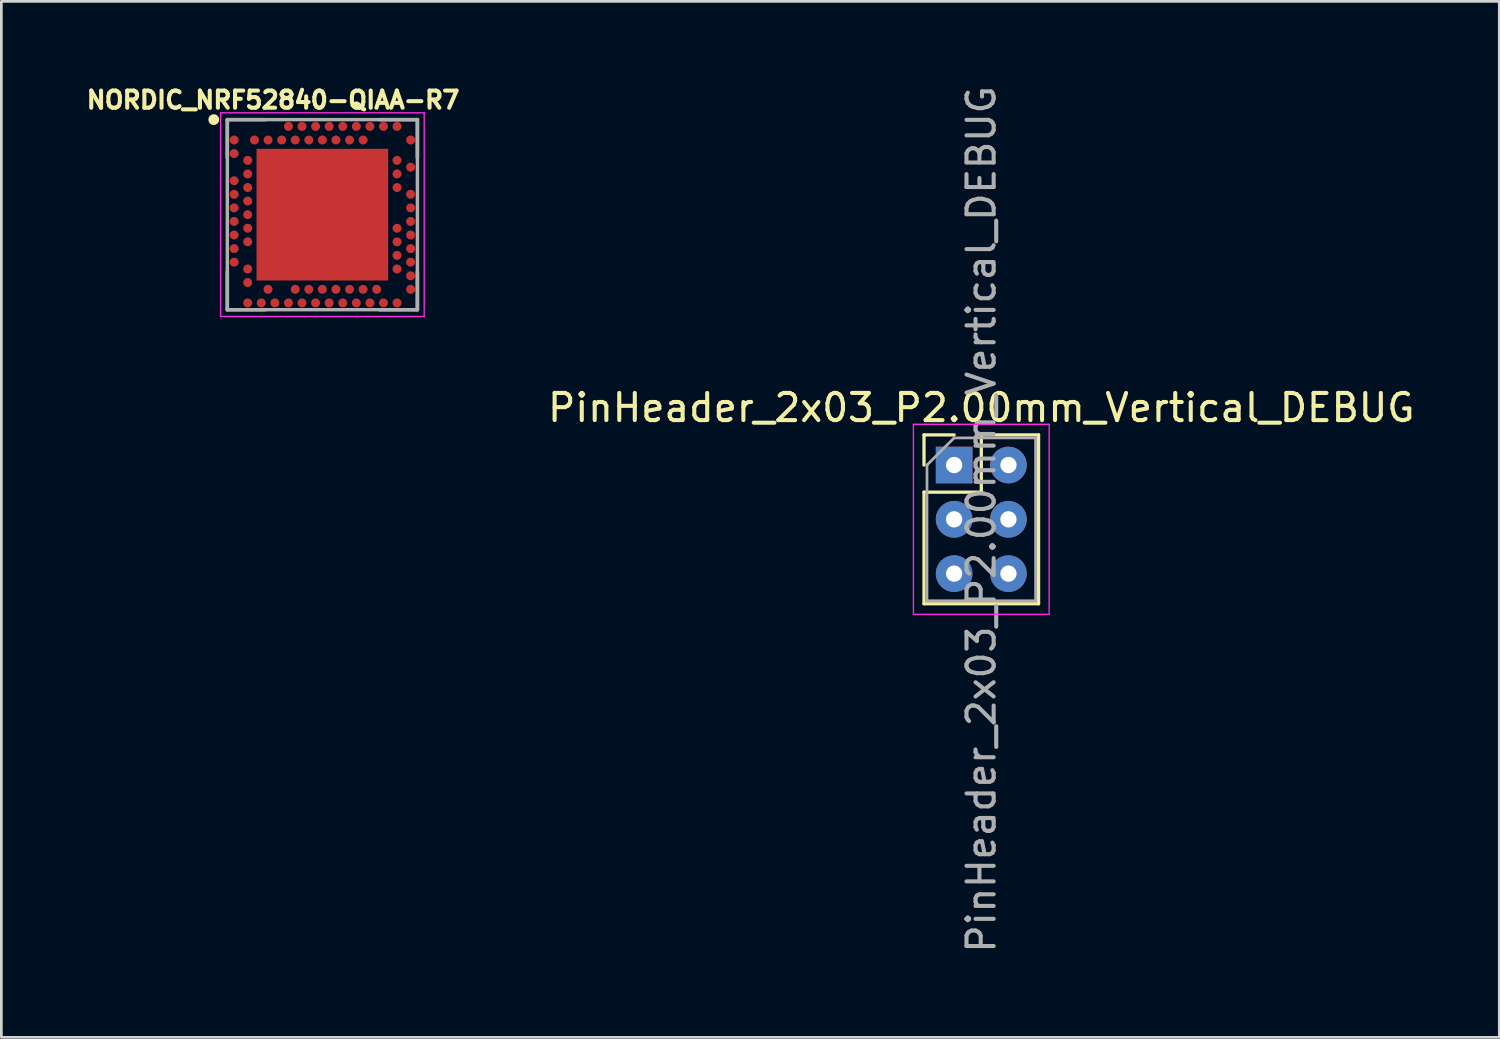
<source format=kicad_pcb>
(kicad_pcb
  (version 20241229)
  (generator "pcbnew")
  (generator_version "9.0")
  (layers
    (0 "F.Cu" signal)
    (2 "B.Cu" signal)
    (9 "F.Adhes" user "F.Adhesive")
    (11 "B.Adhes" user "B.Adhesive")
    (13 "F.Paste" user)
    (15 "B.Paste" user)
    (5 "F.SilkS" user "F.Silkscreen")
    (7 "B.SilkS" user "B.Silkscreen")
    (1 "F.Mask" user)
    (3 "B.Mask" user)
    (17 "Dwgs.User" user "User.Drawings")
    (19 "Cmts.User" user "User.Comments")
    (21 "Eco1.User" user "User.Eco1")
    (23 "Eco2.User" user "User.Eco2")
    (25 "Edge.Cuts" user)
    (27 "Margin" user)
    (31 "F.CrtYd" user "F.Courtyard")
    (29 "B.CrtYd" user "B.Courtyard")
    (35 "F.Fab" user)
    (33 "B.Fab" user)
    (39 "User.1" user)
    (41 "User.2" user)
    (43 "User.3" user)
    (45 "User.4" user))
  (footprint "NORDIC_NRF52840-QIAA-R7"
    (layer "F.Cu")
    (at 8.823 4.856)
    (property "Reference" "NORDIC_NRF52840-QIAA-R7" (at -1.816 -4.223 0) (layer "F.SilkS") (effects (font (size 0.632 0.632) (thickness 0.15))))
    (attr smd)
    (fp_line (start -3.5 -2.1) (end -3.5 -3.5) (stroke (width 0.127) (type solid)) (layer "F.SilkS"))
    (fp_line (start -3.5 2.1) (end -3.5 3.5) (stroke (width 0.127) (type solid)) (layer "F.SilkS"))
    (fp_line (start -3.5 3.5) (end -2.1 3.5) (stroke (width 0.127) (type solid)) (layer "F.SilkS"))
    (fp_line (start -2.1 -3.5) (end -3.5 -3.5) (stroke (width 0.127) (type solid)) (layer "F.SilkS"))
    (fp_line (start 2.1 3.5) (end 3.5 3.5) (stroke (width 0.127) (type solid)) (layer "F.SilkS"))
    (fp_line (start 3.5 -3.5) (end 2.1 -3.5) (stroke (width 0.127) (type solid)) (layer "F.SilkS"))
    (fp_line (start 3.5 -2.1) (end 3.5 -3.5) (stroke (width 0.127) (type solid)) (layer "F.SilkS"))
    (fp_line (start 3.5 3.5) (end 3.5 2.1) (stroke (width 0.127) (type solid)) (layer "F.SilkS"))
    (fp_circle (center -4 -3.5) (end -3.9 -3.5) (stroke (width 0.2) (type solid)) (fill no) (layer "F.SilkS"))
    (fp_poly (pts (xy -1.531 -1.53) (xy 1.53 -1.53) (xy 1.53 1.531) (xy -1.531 1.531)) (stroke (width 0.01) (type solid)) (fill yes) (layer "F.Paste"))
    (fp_line (start -3.75 -3.75) (end -3.75 3.75) (stroke (width 0.05) (type solid)) (layer "F.CrtYd"))
    (fp_line (start -3.75 3.75) (end 3.75 3.75) (stroke (width 0.05) (type solid)) (layer "F.CrtYd"))
    (fp_line (start 3.75 -3.75) (end -3.75 -3.75) (stroke (width 0.05) (type solid)) (layer "F.CrtYd"))
    (fp_line (start 3.75 3.75) (end 3.75 -3.75) (stroke (width 0.05) (type solid)) (layer "F.CrtYd"))
    (fp_line (start -3.5 -3.5) (end -3.5 3.5) (stroke (width 0.127) (type solid)) (layer "F.Fab"))
    (fp_line (start -3.5 3.5) (end 3.5 3.5) (stroke (width 0.127) (type solid)) (layer "F.Fab"))
    (fp_line (start 3.5 -3.5) (end -3.5 -3.5) (stroke (width 0.127) (type solid)) (layer "F.Fab"))
    (fp_line (start 3.5 3.5) (end 3.5 -3.5) (stroke (width 0.127) (type solid)) (layer "F.Fab"))
    (pad "A8" smd circle (at -1.25 -3.25) (size 0.33 0.33) (layers "F.Cu" "F.Mask" "F.Paste"))
    (pad "A10" smd circle (at -0.75 -3.25) (size 0.33 0.33) (layers "F.Cu" "F.Mask" "F.Paste"))
    (pad "A12" smd circle (at -0.25 -3.25) (size 0.33 0.33) (layers "F.Cu" "F.Mask" "F.Paste"))
    (pad "A14" smd circle (at 0.25 -3.25) (size 0.33 0.33) (layers "F.Cu" "F.Mask" "F.Paste"))
    (pad "A16" smd circle (at 0.75 -3.25) (size 0.33 0.33) (layers "F.Cu" "F.Mask" "F.Paste"))
    (pad "A18" smd circle (at 1.25 -3.25) (size 0.33 0.33) (layers "F.Cu" "F.Mask" "F.Paste"))
    (pad "A20" smd circle (at 1.75 -3.25) (size 0.33 0.33) (layers "F.Cu" "F.Mask" "F.Paste"))
    (pad "A22" smd circle (at 2.25 -3.25) (size 0.33 0.33) (layers "F.Cu" "F.Mask" "F.Paste"))
    (pad "A23" smd circle (at 2.75 -3.25) (size 0.33 0.33) (layers "F.Cu" "F.Mask" "F.Paste"))
    (pad "AA24" smd circle (at 3.25 2.25) (size 0.33 0.33) (layers "F.Cu" "F.Mask" "F.Paste"))
    (pad "AB2" smd circle (at -2.75 2.5) (size 0.33 0.33) (layers "F.Cu" "F.Mask" "F.Paste"))
    (pad "AC5" smd circle (at -2 2.75) (size 0.33 0.33) (layers "F.Cu" "F.Mask" "F.Paste"))
    (pad "AC9" smd circle (at -1 2.75) (size 0.33 0.33) (layers "F.Cu" "F.Mask" "F.Paste"))
    (pad "AC11" smd circle (at -0.5 2.75) (size 0.33 0.33) (layers "F.Cu" "F.Mask" "F.Paste"))
    (pad "AC13" smd circle (at 0 2.75) (size 0.33 0.33) (layers "F.Cu" "F.Mask" "F.Paste"))
    (pad "AC15" smd circle (at 0.5 2.75) (size 0.33 0.33) (layers "F.Cu" "F.Mask" "F.Paste"))
    (pad "AC17" smd circle (at 1 2.75) (size 0.33 0.33) (layers "F.Cu" "F.Mask" "F.Paste"))
    (pad "AC19" smd circle (at 1.5 2.75) (size 0.33 0.33) (layers "F.Cu" "F.Mask" "F.Paste"))
    (pad "AC21" smd circle (at 2 2.75) (size 0.33 0.33) (layers "F.Cu" "F.Mask" "F.Paste"))
    (pad "AC24" smd circle (at 3.25 2.75) (size 0.33 0.33) (layers "F.Cu" "F.Mask" "F.Paste"))
    (pad "AD2" smd circle (at -2.75 3.25) (size 0.33 0.33) (layers "F.Cu" "F.Mask" "F.Paste"))
    (pad "AD4" smd circle (at -2.25 3.25) (size 0.33 0.33) (layers "F.Cu" "F.Mask" "F.Paste"))
    (pad "AD6" smd circle (at -1.75 3.25) (size 0.33 0.33) (layers "F.Cu" "F.Mask" "F.Paste"))
    (pad "AD8" smd circle (at -1.25 3.25) (size 0.33 0.33) (layers "F.Cu" "F.Mask" "F.Paste"))
    (pad "AD10" smd circle (at -0.75 3.25) (size 0.33 0.33) (layers "F.Cu" "F.Mask" "F.Paste"))
    (pad "AD12" smd circle (at -0.25 3.25) (size 0.33 0.33) (layers "F.Cu" "F.Mask" "F.Paste"))
    (pad "AD14" smd circle (at 0.25 3.25) (size 0.33 0.33) (layers "F.Cu" "F.Mask" "F.Paste"))
    (pad "AD16" smd circle (at 0.75 3.25) (size 0.33 0.33) (layers "F.Cu" "F.Mask" "F.Paste"))
    (pad "AD18" smd circle (at 1.25 3.25) (size 0.33 0.33) (layers "F.Cu" "F.Mask" "F.Paste"))
    (pad "AD20" smd circle (at 1.75 3.25) (size 0.33 0.33) (layers "F.Cu" "F.Mask" "F.Paste"))
    (pad "AD22" smd circle (at 2.25 3.25) (size 0.33 0.33) (layers "F.Cu" "F.Mask" "F.Paste"))
    (pad "AD23" smd circle (at 2.75 3.25) (size 0.33 0.33) (layers "F.Cu" "F.Mask" "F.Paste"))
    (pad "B1" smd circle (at -3.25 -2.75) (size 0.33 0.33) (layers "F.Cu" "F.Mask" "F.Paste"))
    (pad "B3" smd circle (at -2.5 -2.75) (size 0.33 0.33) (layers "F.Cu" "F.Mask" "F.Paste"))
    (pad "B5" smd circle (at -2 -2.75) (size 0.33 0.33) (layers "F.Cu" "F.Mask" "F.Paste"))
    (pad "B7" smd circle (at -1.5 -2.75) (size 0.33 0.33) (layers "F.Cu" "F.Mask" "F.Paste"))
    (pad "B9" smd circle (at -1 -2.75) (size 0.33 0.33) (layers "F.Cu" "F.Mask" "F.Paste"))
    (pad "B11" smd circle (at -0.5 -2.75) (size 0.33 0.33) (layers "F.Cu" "F.Mask" "F.Paste"))
    (pad "B13" smd circle (at 0 -2.75) (size 0.33 0.33) (layers "F.Cu" "F.Mask" "F.Paste"))
    (pad "B15" smd circle (at 0.5 -2.75) (size 0.33 0.33) (layers "F.Cu" "F.Mask" "F.Paste"))
    (pad "B17" smd circle (at 1 -2.75) (size 0.33 0.33) (layers "F.Cu" "F.Mask" "F.Paste"))
    (pad "B19" smd circle (at 1.5 -2.75) (size 0.33 0.33) (layers "F.Cu" "F.Mask" "F.Paste"))
    (pad "B24" smd circle (at 3.25 -2.75) (size 0.33 0.33) (layers "F.Cu" "F.Mask" "F.Paste"))
    (pad "C1" smd circle (at -3.25 -2.25) (size 0.33 0.33) (layers "F.Cu" "F.Mask" "F.Paste"))
    (pad "D2" smd circle (at -2.75 -2) (size 0.33 0.33) (layers "F.Cu" "F.Mask" "F.Paste"))
    (pad "D23" smd circle (at 2.75 -2) (size 0.33 0.33) (layers "F.Cu" "F.Mask" "F.Paste"))
    (pad "E24" smd circle (at 3.25 -1.75) (size 0.33 0.33) (layers "F.Cu" "F.Mask" "F.Paste"))
    (pad "EXP" smd rect (at 0 0) (size 4.85 4.85) (layers "F.Cu" "F.Mask"))
    (pad "F2" smd circle (at -2.75 -1.5) (size 0.33 0.33) (layers "F.Cu" "F.Mask" "F.Paste"))
    (pad "F23" smd circle (at 2.75 -1.5) (size 0.33 0.33) (layers "F.Cu" "F.Mask" "F.Paste"))
    (pad "G1" smd circle (at -3.25 -1.25) (size 0.33 0.33) (layers "F.Cu" "F.Mask" "F.Paste"))
    (pad "H2" smd circle (at -2.75 -1) (size 0.33 0.33) (layers "F.Cu" "F.Mask" "F.Paste"))
    (pad "H23" smd circle (at 2.75 -1) (size 0.33 0.33) (layers "F.Cu" "F.Mask" "F.Paste"))
    (pad "J1" smd circle (at -3.25 -0.75) (size 0.33 0.33) (layers "F.Cu" "F.Mask" "F.Paste"))
    (pad "J24" smd circle (at 3.25 -0.75) (size 0.33 0.33) (layers "F.Cu" "F.Mask" "F.Paste"))
    (pad "K2" smd circle (at -2.75 -0.5) (size 0.33 0.33) (layers "F.Cu" "F.Mask" "F.Paste"))
    (pad "L1" smd circle (at -3.25 -0.25) (size 0.33 0.33) (layers "F.Cu" "F.Mask" "F.Paste"))
    (pad "L24" smd circle (at 3.25 -0.25) (size 0.33 0.33) (layers "F.Cu" "F.Mask" "F.Paste"))
    (pad "M2" smd circle (at -2.75 0) (size 0.33 0.33) (layers "F.Cu" "F.Mask" "F.Paste"))
    (pad "N1" smd circle (at -3.25 0.25) (size 0.33 0.33) (layers "F.Cu" "F.Mask" "F.Paste"))
    (pad "N24" smd circle (at 3.25 0.25) (size 0.33 0.33) (layers "F.Cu" "F.Mask" "F.Paste"))
    (pad "P2" smd circle (at -2.75 0.5) (size 0.33 0.33) (layers "F.Cu" "F.Mask" "F.Paste"))
    (pad "P23" smd circle (at 2.75 0.5) (size 0.33 0.33) (layers "F.Cu" "F.Mask" "F.Paste"))
    (pad "R1" smd circle (at -3.25 0.75) (size 0.33 0.33) (layers "F.Cu" "F.Mask" "F.Paste"))
    (pad "R24" smd circle (at 3.25 0.75) (size 0.33 0.33) (layers "F.Cu" "F.Mask" "F.Paste"))
    (pad "T2" smd circle (at -2.75 1) (size 0.33 0.33) (layers "F.Cu" "F.Mask" "F.Paste"))
    (pad "T23" smd circle (at 2.75 1) (size 0.33 0.33) (layers "F.Cu" "F.Mask" "F.Paste"))
    (pad "U1" smd circle (at -3.25 1.25) (size 0.33 0.33) (layers "F.Cu" "F.Mask" "F.Paste"))
    (pad "U24" smd circle (at 3.25 1.25) (size 0.33 0.33) (layers "F.Cu" "F.Mask" "F.Paste"))
    (pad "V23" smd circle (at 2.75 1.5) (size 0.33 0.33) (layers "F.Cu" "F.Mask" "F.Paste"))
    (pad "W1" smd circle (at -3.25 1.75) (size 0.33 0.33) (layers "F.Cu" "F.Mask" "F.Paste"))
    (pad "W24" smd circle (at 3.25 1.75) (size 0.33 0.33) (layers "F.Cu" "F.Mask" "F.Paste"))
    (pad "Y2" smd circle (at -2.75 2) (size 0.33 0.33) (layers "F.Cu" "F.Mask" "F.Paste"))
    (pad "Y23" smd circle (at 2.75 2) (size 0.33 0.33) (layers "F.Cu" "F.Mask" "F.Paste")))
  (footprint "PinHeader_2x03_P2.00mm_Vertical_DEBUG"
    (layer "F.Cu")
    (at 32.091 14.077)
    (property "Reference" "PinHeader_2x03_P2.00mm_Vertical_DEBUG" (at 1 -2.11 0) (layer "F.SilkS") (effects (font (size 1 1) (thickness 0.15))))
    (attr through_hole)
    (fp_line (start -1.11 -1.11) (end 0 -1.11) (stroke (width 0.12) (type solid)) (layer "F.SilkS"))
    (fp_line (start -1.11 0) (end -1.11 -1.11) (stroke (width 0.12) (type solid)) (layer "F.SilkS"))
    (fp_line (start -1.11 1) (end -1.11 5.11) (stroke (width 0.12) (type solid)) (layer "F.SilkS"))
    (fp_line (start -1.11 1) (end 1 1) (stroke (width 0.12) (type solid)) (layer "F.SilkS"))
    (fp_line (start -1.11 5.11) (end 3.11 5.11) (stroke (width 0.12) (type solid)) (layer "F.SilkS"))
    (fp_line (start 1 -1.11) (end 3.11 -1.11) (stroke (width 0.12) (type solid)) (layer "F.SilkS"))
    (fp_line (start 1 1) (end 1 -1.11) (stroke (width 0.12) (type solid)) (layer "F.SilkS"))
    (fp_line (start 3.11 -1.11) (end 3.11 5.11) (stroke (width 0.12) (type solid)) (layer "F.SilkS"))
    (fp_line (start -1.5 -1.5) (end -1.5 5.5) (stroke (width 0.05) (type solid)) (layer "F.CrtYd"))
    (fp_line (start -1.5 5.5) (end 3.5 5.5) (stroke (width 0.05) (type solid)) (layer "F.CrtYd"))
    (fp_line (start 3.5 -1.5) (end -1.5 -1.5) (stroke (width 0.05) (type solid)) (layer "F.CrtYd"))
    (fp_line (start 3.5 5.5) (end 3.5 -1.5) (stroke (width 0.05) (type solid)) (layer "F.CrtYd"))
    (fp_line (start -1 0) (end 0 -1) (stroke (width 0.1) (type solid)) (layer "F.Fab"))
    (fp_line (start -1 5) (end -1 0) (stroke (width 0.1) (type solid)) (layer "F.Fab"))
    (fp_line (start 0 -1) (end 3 -1) (stroke (width 0.1) (type solid)) (layer "F.Fab"))
    (fp_line (start 3 -1) (end 3 5) (stroke (width 0.1) (type solid)) (layer "F.Fab"))
    (fp_line (start 3 5) (end -1 5) (stroke (width 0.1) (type solid)) (layer "F.Fab"))
    (fp_text user "${REFERENCE}" (at 1 2 90) (layer "F.Fab") (effects (font (size 1 1) (thickness 0.15))))
    (pad "1" thru_hole rect (at 0 0) (size 1.35 1.35) (drill 0.6) (layers "*.Cu" "*.Mask"))
    (pad "2" thru_hole circle (at 2 0) (size 1.35 1.35) (drill 0.6) (layers "*.Cu" "*.Mask"))
    (pad "3" thru_hole circle (at 0 2) (size 1.35 1.35) (drill 0.6) (layers "*.Cu" "*.Mask"))
    (pad "4" thru_hole circle (at 2 2) (size 1.35 1.35) (drill 0.6) (layers "*.Cu" "*.Mask"))
    (pad "5" thru_hole circle (at 0 4) (size 1.35 1.35) (drill 0.6) (layers "*.Cu" "*.Mask"))
    (pad "6" thru_hole circle (at 2 4) (size 1.35 1.35) (drill 0.6) (layers "*.Cu" "*.Mask")))
  (gr_rect
    (start -3 -3)
    (end 52.169 35.155)
    (stroke (width 0.1) (type default))
    (fill no)
    (layer "Edge.Cuts")))
</source>
